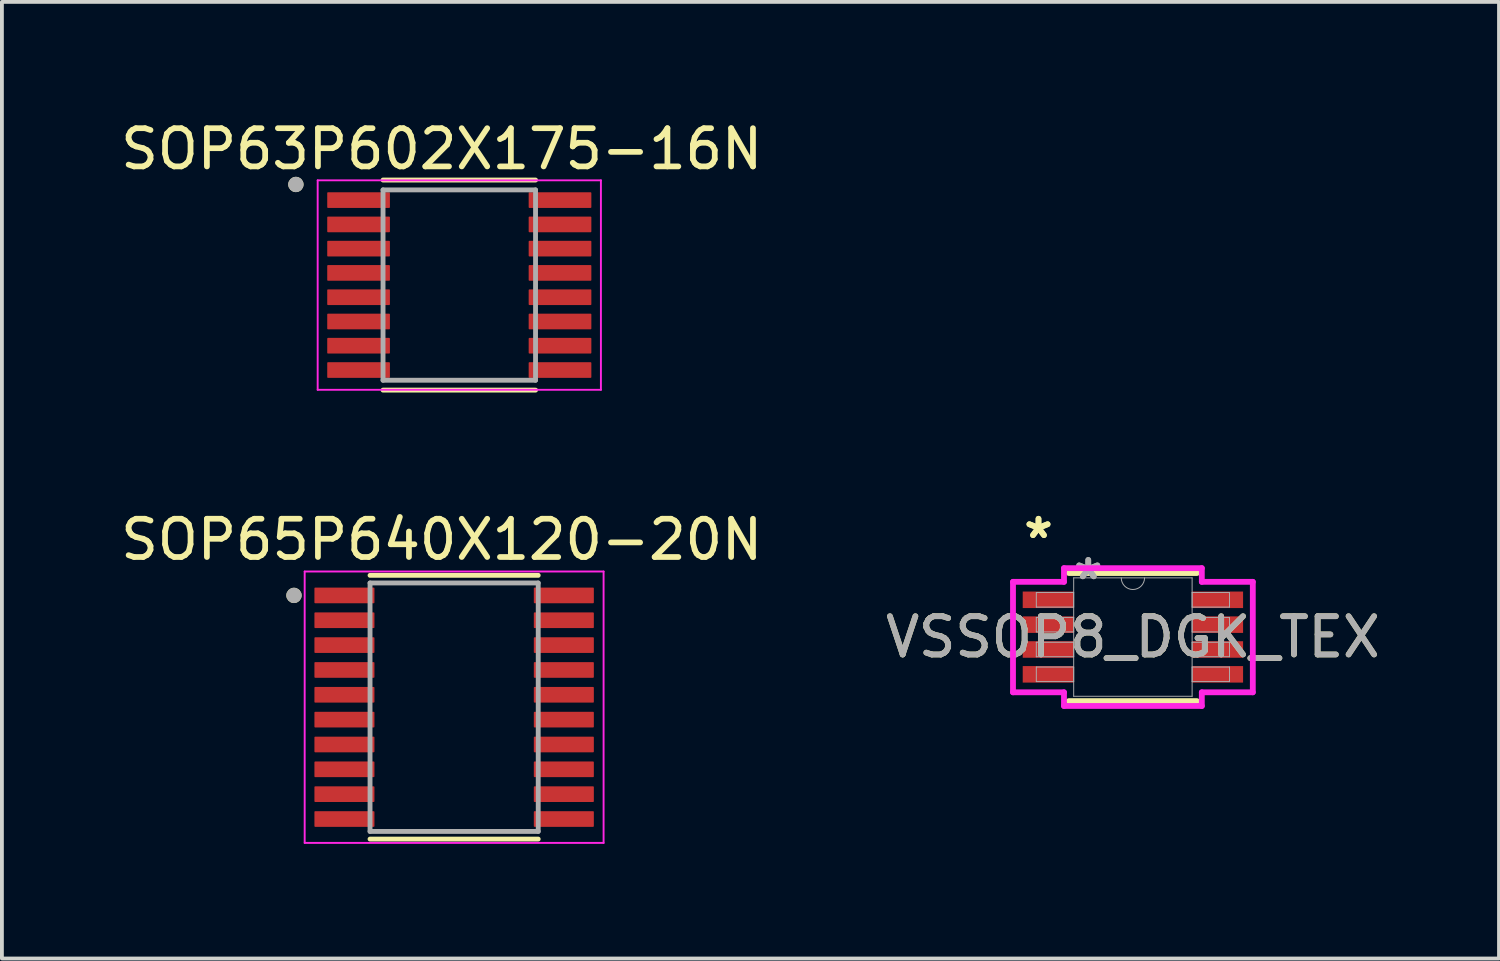
<source format=kicad_pcb>
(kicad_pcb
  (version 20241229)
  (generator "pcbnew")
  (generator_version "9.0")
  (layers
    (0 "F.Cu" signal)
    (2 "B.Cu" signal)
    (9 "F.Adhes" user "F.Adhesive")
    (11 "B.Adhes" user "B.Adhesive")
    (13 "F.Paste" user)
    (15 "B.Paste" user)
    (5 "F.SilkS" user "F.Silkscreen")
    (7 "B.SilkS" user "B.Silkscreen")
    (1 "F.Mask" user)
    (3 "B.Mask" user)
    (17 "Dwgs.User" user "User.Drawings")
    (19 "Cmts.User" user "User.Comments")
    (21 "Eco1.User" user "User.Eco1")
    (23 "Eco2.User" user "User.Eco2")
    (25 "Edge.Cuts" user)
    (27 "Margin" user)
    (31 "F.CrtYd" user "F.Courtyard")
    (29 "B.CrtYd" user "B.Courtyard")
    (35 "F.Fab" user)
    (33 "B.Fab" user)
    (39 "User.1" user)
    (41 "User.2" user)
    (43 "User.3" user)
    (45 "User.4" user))
  (footprint "SOP63P602X175-16N"
    (layer "F.Cu")
    (at 8.966 4.408)
    (property "Reference" "SOP63P602X175-16N" (at -0.46 -3.559 0) (layer "F.SilkS") (effects (font (size 1 1) (thickness 0.15))))
    (attr smd)
    (fp_line (start -1.995 -2.748) (end 1.995 -2.748) (stroke (width 0.127) (type solid)) (layer "F.SilkS"))
    (fp_line (start -1.995 2.748) (end 1.995 2.748) (stroke (width 0.127) (type solid)) (layer "F.SilkS"))
    (fp_circle (center -4.275 -2.632) (end -4.175 -2.632) (stroke (width 0.2) (type solid)) (fill no) (layer "F.SilkS"))
    (fp_line (start -3.705 -2.74) (end -3.705 2.74) (stroke (width 0.05) (type solid)) (layer "F.CrtYd"))
    (fp_line (start -3.705 -2.74) (end 3.705 -2.74) (stroke (width 0.05) (type solid)) (layer "F.CrtYd"))
    (fp_line (start -3.705 2.74) (end 3.705 2.74) (stroke (width 0.05) (type solid)) (layer "F.CrtYd"))
    (fp_line (start 3.705 -2.74) (end 3.705 2.74) (stroke (width 0.05) (type solid)) (layer "F.CrtYd"))
    (fp_line (start -1.995 -2.49) (end -1.995 2.49) (stroke (width 0.127) (type solid)) (layer "F.Fab"))
    (fp_line (start -1.995 -2.49) (end 1.995 -2.49) (stroke (width 0.127) (type solid)) (layer "F.Fab"))
    (fp_line (start -1.995 2.49) (end 1.995 2.49) (stroke (width 0.127) (type solid)) (layer "F.Fab"))
    (fp_line (start 1.995 -2.49) (end 1.995 2.49) (stroke (width 0.127) (type solid)) (layer "F.Fab"))
    (fp_circle (center -4.275 -2.632) (end -4.175 -2.632) (stroke (width 0.2) (type solid)) (fill no) (layer "F.Fab"))
    (pad "1" smd roundrect (at -2.635 -2.223) (size 1.64 0.41) (layers "F.Cu" "F.Mask" "F.Paste") (roundrect_rratio 0.05))
    (pad "2" smd roundrect (at -2.635 -1.587) (size 1.64 0.41) (layers "F.Cu" "F.Mask" "F.Paste") (roundrect_rratio 0.05))
    (pad "3" smd roundrect (at -2.635 -0.953) (size 1.64 0.41) (layers "F.Cu" "F.Mask" "F.Paste") (roundrect_rratio 0.05))
    (pad "4" smd roundrect (at -2.635 -0.318) (size 1.64 0.41) (layers "F.Cu" "F.Mask" "F.Paste") (roundrect_rratio 0.05))
    (pad "5" smd roundrect (at -2.635 0.318) (size 1.64 0.41) (layers "F.Cu" "F.Mask" "F.Paste") (roundrect_rratio 0.05))
    (pad "6" smd roundrect (at -2.635 0.953) (size 1.64 0.41) (layers "F.Cu" "F.Mask" "F.Paste") (roundrect_rratio 0.05))
    (pad "7" smd roundrect (at -2.635 1.587) (size 1.64 0.41) (layers "F.Cu" "F.Mask" "F.Paste") (roundrect_rratio 0.05))
    (pad "8" smd roundrect (at -2.635 2.223) (size 1.64 0.41) (layers "F.Cu" "F.Mask" "F.Paste") (roundrect_rratio 0.05))
    (pad "9" smd roundrect (at 2.635 2.223) (size 1.64 0.41) (layers "F.Cu" "F.Mask" "F.Paste") (roundrect_rratio 0.05))
    (pad "10" smd roundrect (at 2.635 1.587) (size 1.64 0.41) (layers "F.Cu" "F.Mask" "F.Paste") (roundrect_rratio 0.05))
    (pad "11" smd roundrect (at 2.635 0.953) (size 1.64 0.41) (layers "F.Cu" "F.Mask" "F.Paste") (roundrect_rratio 0.05))
    (pad "12" smd roundrect (at 2.635 0.318) (size 1.64 0.41) (layers "F.Cu" "F.Mask" "F.Paste") (roundrect_rratio 0.05))
    (pad "13" smd roundrect (at 2.635 -0.318) (size 1.64 0.41) (layers "F.Cu" "F.Mask" "F.Paste") (roundrect_rratio 0.05))
    (pad "14" smd roundrect (at 2.635 -0.953) (size 1.64 0.41) (layers "F.Cu" "F.Mask" "F.Paste") (roundrect_rratio 0.05))
    (pad "15" smd roundrect (at 2.635 -1.587) (size 1.64 0.41) (layers "F.Cu" "F.Mask" "F.Paste") (roundrect_rratio 0.05))
    (pad "16" smd roundrect (at 2.635 -2.223) (size 1.64 0.41) (layers "F.Cu" "F.Mask" "F.Paste") (roundrect_rratio 0.05)))
  (footprint "SOP65P640X120-20N"
    (layer "F.Cu")
    (at 8.831 15.452)
    (property "Reference" "SOP65P640X120-20N" (at -0.325 -4.385 0) (layer "F.SilkS") (effects (font (size 1 1) (thickness 0.15))))
    (attr smd)
    (fp_line (start -2.2 -3.45) (end 2.2 -3.45) (stroke (width 0.127) (type solid)) (layer "F.SilkS"))
    (fp_line (start -2.2 3.45) (end 2.2 3.45) (stroke (width 0.127) (type solid)) (layer "F.SilkS"))
    (fp_circle (center -4.19 -2.925) (end -4.09 -2.925) (stroke (width 0.2) (type solid)) (fill no) (layer "F.SilkS"))
    (fp_line (start -3.91 -3.55) (end -3.91 3.55) (stroke (width 0.05) (type solid)) (layer "F.CrtYd"))
    (fp_line (start -3.91 -3.55) (end 3.91 -3.55) (stroke (width 0.05) (type solid)) (layer "F.CrtYd"))
    (fp_line (start -3.91 3.55) (end 3.91 3.55) (stroke (width 0.05) (type solid)) (layer "F.CrtYd"))
    (fp_line (start 3.91 -3.55) (end 3.91 3.55) (stroke (width 0.05) (type solid)) (layer "F.CrtYd"))
    (fp_line (start -2.2 -3.25) (end -2.2 3.25) (stroke (width 0.127) (type solid)) (layer "F.Fab"))
    (fp_line (start -2.2 -3.25) (end 2.2 -3.25) (stroke (width 0.127) (type solid)) (layer "F.Fab"))
    (fp_line (start -2.2 3.25) (end 2.2 3.25) (stroke (width 0.127) (type solid)) (layer "F.Fab"))
    (fp_line (start 2.2 -3.25) (end 2.2 3.25) (stroke (width 0.127) (type solid)) (layer "F.Fab"))
    (fp_circle (center -4.19 -2.925) (end -4.09 -2.925) (stroke (width 0.2) (type solid)) (fill no) (layer "F.Fab"))
    (pad "1" smd roundrect (at -2.87 -2.925) (size 1.57 0.41) (layers "F.Cu" "F.Mask" "F.Paste") (roundrect_rratio 0.05))
    (pad "2" smd roundrect (at -2.87 -2.275) (size 1.57 0.41) (layers "F.Cu" "F.Mask" "F.Paste") (roundrect_rratio 0.05))
    (pad "3" smd roundrect (at -2.87 -1.625) (size 1.57 0.41) (layers "F.Cu" "F.Mask" "F.Paste") (roundrect_rratio 0.05))
    (pad "4" smd roundrect (at -2.87 -0.975) (size 1.57 0.41) (layers "F.Cu" "F.Mask" "F.Paste") (roundrect_rratio 0.05))
    (pad "5" smd roundrect (at -2.87 -0.325) (size 1.57 0.41) (layers "F.Cu" "F.Mask" "F.Paste") (roundrect_rratio 0.05))
    (pad "6" smd roundrect (at -2.87 0.325) (size 1.57 0.41) (layers "F.Cu" "F.Mask" "F.Paste") (roundrect_rratio 0.05))
    (pad "7" smd roundrect (at -2.87 0.975) (size 1.57 0.41) (layers "F.Cu" "F.Mask" "F.Paste") (roundrect_rratio 0.05))
    (pad "8" smd roundrect (at -2.87 1.625) (size 1.57 0.41) (layers "F.Cu" "F.Mask" "F.Paste") (roundrect_rratio 0.05))
    (pad "9" smd roundrect (at -2.87 2.275) (size 1.57 0.41) (layers "F.Cu" "F.Mask" "F.Paste") (roundrect_rratio 0.05))
    (pad "10" smd roundrect (at -2.87 2.925) (size 1.57 0.41) (layers "F.Cu" "F.Mask" "F.Paste") (roundrect_rratio 0.05))
    (pad "11" smd roundrect (at 2.87 2.925) (size 1.57 0.41) (layers "F.Cu" "F.Mask" "F.Paste") (roundrect_rratio 0.05))
    (pad "12" smd roundrect (at 2.87 2.275) (size 1.57 0.41) (layers "F.Cu" "F.Mask" "F.Paste") (roundrect_rratio 0.05))
    (pad "13" smd roundrect (at 2.87 1.625) (size 1.57 0.41) (layers "F.Cu" "F.Mask" "F.Paste") (roundrect_rratio 0.05))
    (pad "14" smd roundrect (at 2.87 0.975) (size 1.57 0.41) (layers "F.Cu" "F.Mask" "F.Paste") (roundrect_rratio 0.05))
    (pad "15" smd roundrect (at 2.87 0.325) (size 1.57 0.41) (layers "F.Cu" "F.Mask" "F.Paste") (roundrect_rratio 0.05))
    (pad "16" smd roundrect (at 2.87 -0.325) (size 1.57 0.41) (layers "F.Cu" "F.Mask" "F.Paste") (roundrect_rratio 0.05))
    (pad "17" smd roundrect (at 2.87 -0.975) (size 1.57 0.41) (layers "F.Cu" "F.Mask" "F.Paste") (roundrect_rratio 0.05))
    (pad "18" smd roundrect (at 2.87 -1.625) (size 1.57 0.41) (layers "F.Cu" "F.Mask" "F.Paste") (roundrect_rratio 0.05))
    (pad "19" smd roundrect (at 2.87 -2.275) (size 1.57 0.41) (layers "F.Cu" "F.Mask" "F.Paste") (roundrect_rratio 0.05))
    (pad "20" smd roundrect (at 2.87 -2.925) (size 1.57 0.41) (layers "F.Cu" "F.Mask" "F.Paste") (roundrect_rratio 0.05)))
  (footprint "VSSOP8_DGK_TEX"
    (layer "F.Cu")
    (at 26.589 13.617)
    (property "Reference" "VSSOP8_DGK_TEX" (at 0 0 0) (unlocked yes) (layer "F.SilkS") (effects (font (size 1 1) (thickness 0.15))))
    (attr smd)
    (fp_line (start -1.676 1.676) (end 1.676 1.676) (stroke (width 0.152) (type solid)) (layer "F.SilkS"))
    (fp_line (start 1.676 -1.676) (end -1.676 -1.676) (stroke (width 0.152) (type solid)) (layer "F.SilkS"))
    (fp_line (start -3.137 -1.445) (end -1.803 -1.445) (stroke (width 0.152) (type solid)) (layer "F.CrtYd"))
    (fp_line (start -3.137 1.445) (end -3.137 -1.445) (stroke (width 0.152) (type solid)) (layer "F.CrtYd"))
    (fp_line (start -3.137 1.445) (end -1.803 1.445) (stroke (width 0.152) (type solid)) (layer "F.CrtYd"))
    (fp_line (start -1.803 -1.803) (end 1.803 -1.803) (stroke (width 0.152) (type solid)) (layer "F.CrtYd"))
    (fp_line (start -1.803 -1.445) (end -1.803 -1.803) (stroke (width 0.152) (type solid)) (layer "F.CrtYd"))
    (fp_line (start -1.803 1.803) (end -1.803 1.445) (stroke (width 0.152) (type solid)) (layer "F.CrtYd"))
    (fp_line (start 1.803 -1.803) (end 1.803 -1.445) (stroke (width 0.152) (type solid)) (layer "F.CrtYd"))
    (fp_line (start 1.803 1.445) (end 1.803 1.803) (stroke (width 0.152) (type solid)) (layer "F.CrtYd"))
    (fp_line (start 1.803 1.803) (end -1.803 1.803) (stroke (width 0.152) (type solid)) (layer "F.CrtYd"))
    (fp_line (start 3.137 -1.445) (end 1.803 -1.445) (stroke (width 0.152) (type solid)) (layer "F.CrtYd"))
    (fp_line (start 3.137 -1.445) (end 3.137 1.445) (stroke (width 0.152) (type solid)) (layer "F.CrtYd"))
    (fp_line (start 3.137 1.445) (end 1.803 1.445) (stroke (width 0.152) (type solid)) (layer "F.CrtYd"))
    (fp_line (start -2.527 -1.165) (end -2.527 -0.784) (stroke (width 0.025) (type solid)) (layer "F.Fab"))
    (fp_line (start -2.527 -0.784) (end -1.549 -0.784) (stroke (width 0.025) (type solid)) (layer "F.Fab"))
    (fp_line (start -2.527 -0.515) (end -2.527 -0.135) (stroke (width 0.025) (type solid)) (layer "F.Fab"))
    (fp_line (start -2.527 -0.135) (end -1.549 -0.135) (stroke (width 0.025) (type solid)) (layer "F.Fab"))
    (fp_line (start -2.527 0.135) (end -2.527 0.515) (stroke (width 0.025) (type solid)) (layer "F.Fab"))
    (fp_line (start -2.527 0.515) (end -1.549 0.515) (stroke (width 0.025) (type solid)) (layer "F.Fab"))
    (fp_line (start -2.527 0.784) (end -2.527 1.165) (stroke (width 0.025) (type solid)) (layer "F.Fab"))
    (fp_line (start -2.527 1.165) (end -1.549 1.165) (stroke (width 0.025) (type solid)) (layer "F.Fab"))
    (fp_line (start -1.549 -1.549) (end -1.549 1.549) (stroke (width 0.025) (type solid)) (layer "F.Fab"))
    (fp_line (start -1.549 -1.165) (end -2.527 -1.165) (stroke (width 0.025) (type solid)) (layer "F.Fab"))
    (fp_line (start -1.549 -0.784) (end -1.549 -1.165) (stroke (width 0.025) (type solid)) (layer "F.Fab"))
    (fp_line (start -1.549 -0.515) (end -2.527 -0.515) (stroke (width 0.025) (type solid)) (layer "F.Fab"))
    (fp_line (start -1.549 -0.135) (end -1.549 -0.515) (stroke (width 0.025) (type solid)) (layer "F.Fab"))
    (fp_line (start -1.549 0.135) (end -2.527 0.135) (stroke (width 0.025) (type solid)) (layer "F.Fab"))
    (fp_line (start -1.549 0.515) (end -1.549 0.135) (stroke (width 0.025) (type solid)) (layer "F.Fab"))
    (fp_line (start -1.549 0.784) (end -2.527 0.784) (stroke (width 0.025) (type solid)) (layer "F.Fab"))
    (fp_line (start -1.549 1.165) (end -1.549 0.784) (stroke (width 0.025) (type solid)) (layer "F.Fab"))
    (fp_line (start -1.549 1.549) (end 1.549 1.549) (stroke (width 0.025) (type solid)) (layer "F.Fab"))
    (fp_line (start 1.549 -1.549) (end -1.549 -1.549) (stroke (width 0.025) (type solid)) (layer "F.Fab"))
    (fp_line (start 1.549 -1.165) (end 1.549 -0.784) (stroke (width 0.025) (type solid)) (layer "F.Fab"))
    (fp_line (start 1.549 -0.784) (end 2.527 -0.784) (stroke (width 0.025) (type solid)) (layer "F.Fab"))
    (fp_line (start 1.549 -0.515) (end 1.549 -0.135) (stroke (width 0.025) (type solid)) (layer "F.Fab"))
    (fp_line (start 1.549 -0.135) (end 2.527 -0.135) (stroke (width 0.025) (type solid)) (layer "F.Fab"))
    (fp_line (start 1.549 0.135) (end 1.549 0.515) (stroke (width 0.025) (type solid)) (layer "F.Fab"))
    (fp_line (start 1.549 0.515) (end 2.527 0.515) (stroke (width 0.025) (type solid)) (layer "F.Fab"))
    (fp_line (start 1.549 0.784) (end 1.549 1.165) (stroke (width 0.025) (type solid)) (layer "F.Fab"))
    (fp_line (start 1.549 1.165) (end 2.527 1.165) (stroke (width 0.025) (type solid)) (layer "F.Fab"))
    (fp_line (start 1.549 1.549) (end 1.549 -1.549) (stroke (width 0.025) (type solid)) (layer "F.Fab"))
    (fp_line (start 2.527 -1.165) (end 1.549 -1.165) (stroke (width 0.025) (type solid)) (layer "F.Fab"))
    (fp_line (start 2.527 -0.784) (end 2.527 -1.165) (stroke (width 0.025) (type solid)) (layer "F.Fab"))
    (fp_line (start 2.527 -0.515) (end 1.549 -0.515) (stroke (width 0.025) (type solid)) (layer "F.Fab"))
    (fp_line (start 2.527 -0.135) (end 2.527 -0.515) (stroke (width 0.025) (type solid)) (layer "F.Fab"))
    (fp_line (start 2.527 0.135) (end 1.549 0.135) (stroke (width 0.025) (type solid)) (layer "F.Fab"))
    (fp_line (start 2.527 0.515) (end 2.527 0.135) (stroke (width 0.025) (type solid)) (layer "F.Fab"))
    (fp_line (start 2.527 0.784) (end 1.549 0.784) (stroke (width 0.025) (type solid)) (layer "F.Fab"))
    (fp_line (start 2.527 1.165) (end 2.527 0.784) (stroke (width 0.025) (type solid)) (layer "F.Fab"))
    (fp_arc (start 0.3048 -1.5494) (mid 0 -1.2446) (end -0.3048 -1.5494) (stroke (width 0.0254) (type solid)) (layer "F.Fab"))
    (fp_text user "*" (at -2.47 -2.55 0) (layer "F.SilkS") (effects (font (size 1 1) (thickness 0.15))))
    (fp_text user "*" (at -2.47 -2.55 0) (unlocked yes) (layer "F.SilkS") (effects (font (size 1 1) (thickness 0.15))))
    (fp_text user "${REFERENCE}" (at 0 0 0) (unlocked yes) (layer "F.Fab") (effects (font (size 1 1) (thickness 0.15))))
    (fp_text user "*" (at -1.168 -1.473 0) (layer "F.Fab") (effects (font (size 1 1) (thickness 0.15))))
    (fp_text user "*" (at -1.168 -1.473 0) (unlocked yes) (layer "F.Fab") (effects (font (size 1 1) (thickness 0.15))))
    (pad "1" smd rect (at -2.216 -0.975) (size 1.333 0.432) (layers "F.Cu" "F.Mask" "F.Paste"))
    (pad "2" smd rect (at -2.216 -0.325) (size 1.333 0.432) (layers "F.Cu" "F.Mask" "F.Paste"))
    (pad "3" smd rect (at -2.216 0.325) (size 1.333 0.432) (layers "F.Cu" "F.Mask" "F.Paste"))
    (pad "4" smd rect (at -2.216 0.975) (size 1.333 0.432) (layers "F.Cu" "F.Mask" "F.Paste"))
    (pad "5" smd rect (at 2.216 0.975) (size 1.333 0.432) (layers "F.Cu" "F.Mask" "F.Paste"))
    (pad "6" smd rect (at 2.216 0.325) (size 1.333 0.432) (layers "F.Cu" "F.Mask" "F.Paste"))
    (pad "7" smd rect (at 2.216 -0.325) (size 1.333 0.432) (layers "F.Cu" "F.Mask" "F.Paste"))
    (pad "8" smd rect (at 2.216 -0.975) (size 1.333 0.432) (layers "F.Cu" "F.Mask" "F.Paste")))
  (gr_rect
    (start -3 -3)
    (end 36.167 22.027)
    (stroke (width 0.1) (type default))
    (fill no)
    (layer "Edge.Cuts")))
</source>
